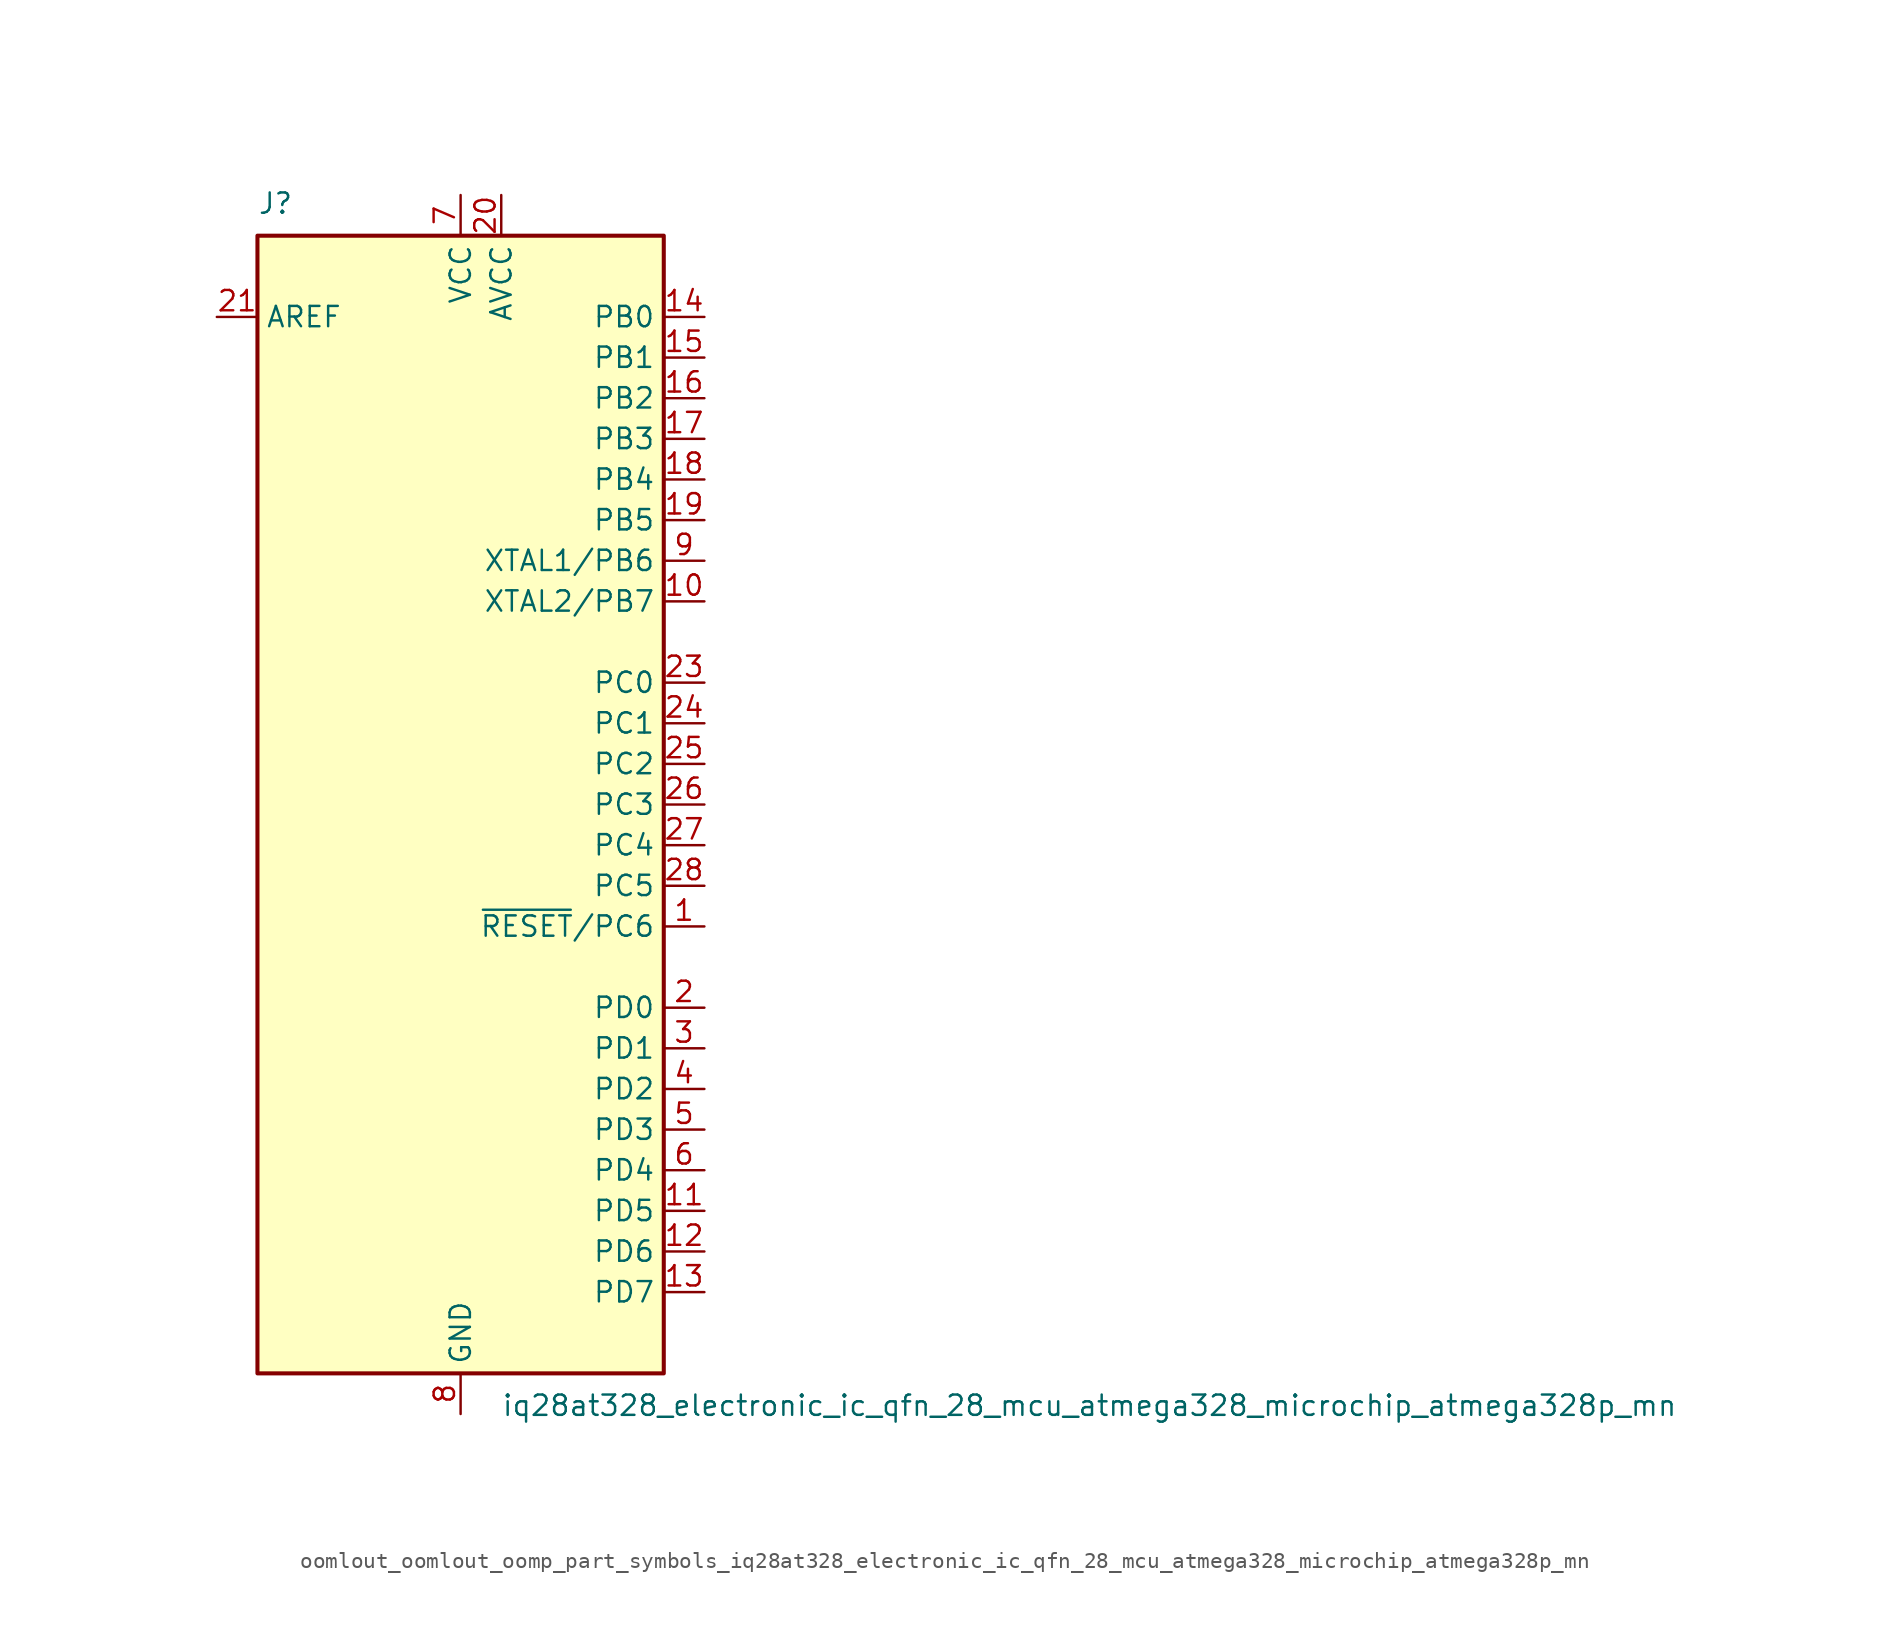
<source format=kicad_sym>
(kicad_symbol_lib
  (version 20220914)
  (generator kicad_symbol_editor)
  (symbol "oomlout_oomlout_oomp_part_symbols_iq28at328_electronic_ic_qfn_28_mcu_atmega328_microchip_atmega328p_mn"
    (property "Reference" "J"
      (at -12.7 36.83 0)
      (effects (font (size 1.27 1.27)) (justify left bottom)))
    (property "Value" "iq28at328_electronic_ic_qfn_28_mcu_atmega328_microchip_atmega328p_mn"
      (at 2.54 -36.83 0)
      (effects (font (size 1.27 1.27)) (justify left top)))
    (symbol "oomlout_oomlout_oomp_part_symbols_iq28at328_electronic_ic_qfn_28_mcu_atmega328_microchip_atmega328p_mn_0_1"
      (rectangle (start -12.7 -35.56) (end 12.7 35.56) (stroke (width 0.254) (type default)) (fill (type background))))
    (symbol "oomlout_oomlout_oomp_part_symbols_iq28at328_electronic_ic_qfn_28_mcu_atmega328_microchip_atmega328p_mn_1_1"
      (pin bidirectional line (at 15.24 -7.62 180) (length 2.54) (name "~{RESET}/PC6" (effects (font (size 1.27 1.27)))) (number "1" (effects (font (size 1.27 1.27)))))
      (pin bidirectional line (at 15.24 12.7 180) (length 2.54) (name "XTAL2/PB7" (effects (font (size 1.27 1.27)))) (number "10" (effects (font (size 1.27 1.27)))))
      (pin bidirectional line (at 15.24 -25.4 180) (length 2.54) (name "PD5" (effects (font (size 1.27 1.27)))) (number "11" (effects (font (size 1.27 1.27)))))
      (pin bidirectional line (at 15.24 -27.94 180) (length 2.54) (name "PD6" (effects (font (size 1.27 1.27)))) (number "12" (effects (font (size 1.27 1.27)))))
      (pin bidirectional line (at 15.24 -30.48 180) (length 2.54) (name "PD7" (effects (font (size 1.27 1.27)))) (number "13" (effects (font (size 1.27 1.27)))))
      (pin bidirectional line (at 15.24 30.48 180) (length 2.54) (name "PB0" (effects (font (size 1.27 1.27)))) (number "14" (effects (font (size 1.27 1.27)))))
      (pin bidirectional line (at 15.24 27.94 180) (length 2.54) (name "PB1" (effects (font (size 1.27 1.27)))) (number "15" (effects (font (size 1.27 1.27)))))
      (pin bidirectional line (at 15.24 25.4 180) (length 2.54) (name "PB2" (effects (font (size 1.27 1.27)))) (number "16" (effects (font (size 1.27 1.27)))))
      (pin bidirectional line (at 15.24 22.86 180) (length 2.54) (name "PB3" (effects (font (size 1.27 1.27)))) (number "17" (effects (font (size 1.27 1.27)))))
      (pin bidirectional line (at 15.24 20.32 180) (length 2.54) (name "PB4" (effects (font (size 1.27 1.27)))) (number "18" (effects (font (size 1.27 1.27)))))
      (pin bidirectional line (at 15.24 17.78 180) (length 2.54) (name "PB5" (effects (font (size 1.27 1.27)))) (number "19" (effects (font (size 1.27 1.27)))))
      (pin bidirectional line (at 15.24 -12.7 180) (length 2.54) (name "PD0" (effects (font (size 1.27 1.27)))) (number "2" (effects (font (size 1.27 1.27)))))
      (pin power_in line (at 2.54 38.1 270) (length 2.54) (name "AVCC" (effects (font (size 1.27 1.27)))) (number "20" (effects (font (size 1.27 1.27)))))
      (pin passive line (at -15.24 30.48 0) (length 2.54) (name "AREF" (effects (font (size 1.27 1.27)))) (number "21" (effects (font (size 1.27 1.27)))))
      (pin passive line (at 0 -38.1 90) (length 2.54) hide (name "GND" (effects (font (size 1.27 1.27)))) (number "22" (effects (font (size 1.27 1.27)))))
      (pin bidirectional line (at 15.24 7.62 180) (length 2.54) (name "PC0" (effects (font (size 1.27 1.27)))) (number "23" (effects (font (size 1.27 1.27)))))
      (pin bidirectional line (at 15.24 5.08 180) (length 2.54) (name "PC1" (effects (font (size 1.27 1.27)))) (number "24" (effects (font (size 1.27 1.27)))))
      (pin bidirectional line (at 15.24 2.54 180) (length 2.54) (name "PC2" (effects (font (size 1.27 1.27)))) (number "25" (effects (font (size 1.27 1.27)))))
      (pin bidirectional line (at 15.24 0 180) (length 2.54) (name "PC3" (effects (font (size 1.27 1.27)))) (number "26" (effects (font (size 1.27 1.27)))))
      (pin bidirectional line (at 15.24 -2.54 180) (length 2.54) (name "PC4" (effects (font (size 1.27 1.27)))) (number "27" (effects (font (size 1.27 1.27)))))
      (pin bidirectional line (at 15.24 -5.08 180) (length 2.54) (name "PC5" (effects (font (size 1.27 1.27)))) (number "28" (effects (font (size 1.27 1.27)))))
      (pin bidirectional line (at 15.24 -15.24 180) (length 2.54) (name "PD1" (effects (font (size 1.27 1.27)))) (number "3" (effects (font (size 1.27 1.27)))))
      (pin bidirectional line (at 15.24 -17.78 180) (length 2.54) (name "PD2" (effects (font (size 1.27 1.27)))) (number "4" (effects (font (size 1.27 1.27)))))
      (pin bidirectional line (at 15.24 -20.32 180) (length 2.54) (name "PD3" (effects (font (size 1.27 1.27)))) (number "5" (effects (font (size 1.27 1.27)))))
      (pin bidirectional line (at 15.24 -22.86 180) (length 2.54) (name "PD4" (effects (font (size 1.27 1.27)))) (number "6" (effects (font (size 1.27 1.27)))))
      (pin power_in line (at 0 38.1 270) (length 2.54) (name "VCC" (effects (font (size 1.27 1.27)))) (number "7" (effects (font (size 1.27 1.27)))))
      (pin power_in line (at 0 -38.1 90) (length 2.54) (name "GND" (effects (font (size 1.27 1.27)))) (number "8" (effects (font (size 1.27 1.27)))))
      (pin bidirectional line (at 15.24 15.24 180) (length 2.54) (name "XTAL1/PB6" (effects (font (size 1.27 1.27)))) (number "9" (effects (font (size 1.27 1.27))))))))
</source>
